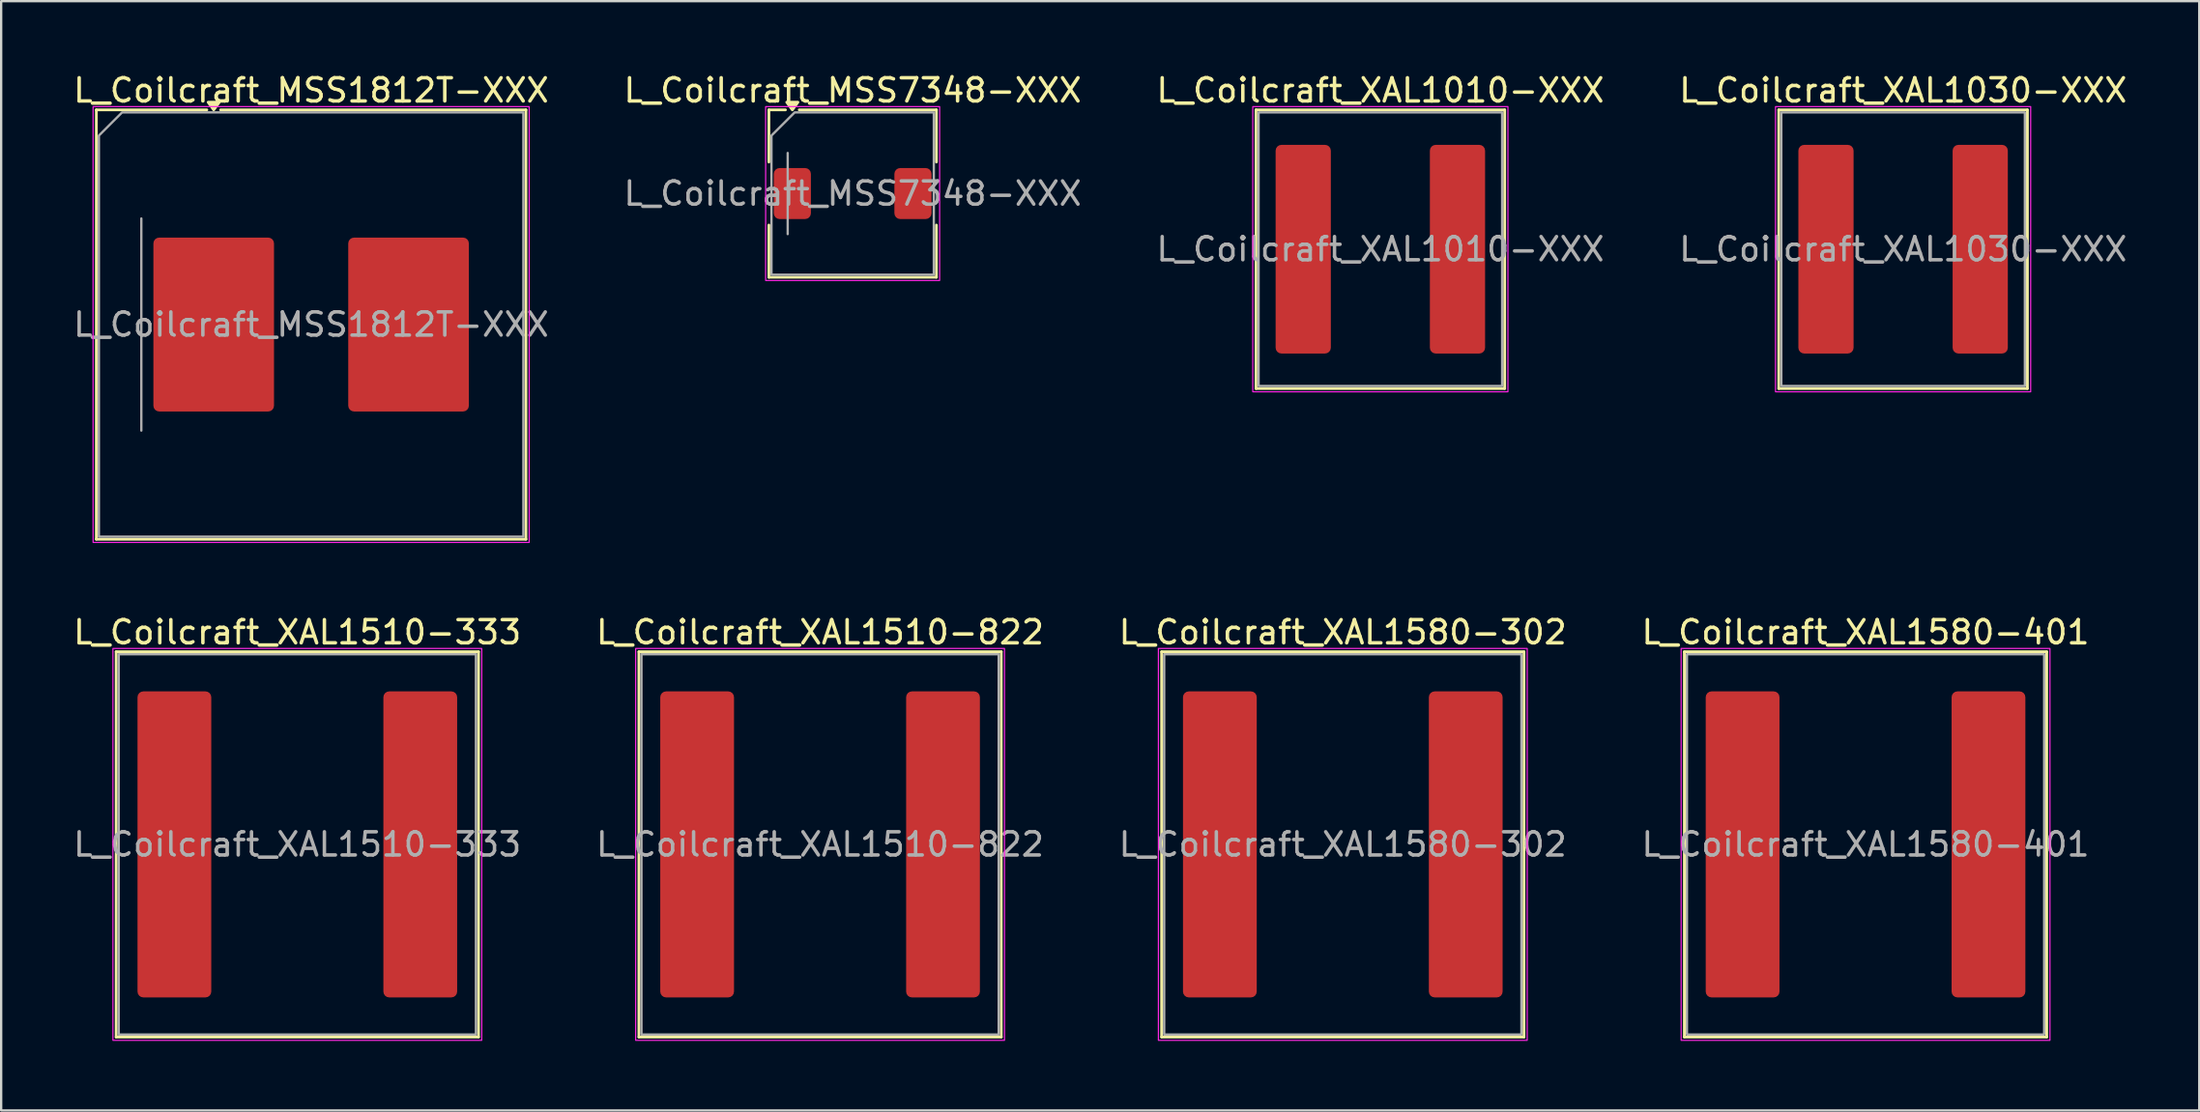
<source format=kicad_pcb>
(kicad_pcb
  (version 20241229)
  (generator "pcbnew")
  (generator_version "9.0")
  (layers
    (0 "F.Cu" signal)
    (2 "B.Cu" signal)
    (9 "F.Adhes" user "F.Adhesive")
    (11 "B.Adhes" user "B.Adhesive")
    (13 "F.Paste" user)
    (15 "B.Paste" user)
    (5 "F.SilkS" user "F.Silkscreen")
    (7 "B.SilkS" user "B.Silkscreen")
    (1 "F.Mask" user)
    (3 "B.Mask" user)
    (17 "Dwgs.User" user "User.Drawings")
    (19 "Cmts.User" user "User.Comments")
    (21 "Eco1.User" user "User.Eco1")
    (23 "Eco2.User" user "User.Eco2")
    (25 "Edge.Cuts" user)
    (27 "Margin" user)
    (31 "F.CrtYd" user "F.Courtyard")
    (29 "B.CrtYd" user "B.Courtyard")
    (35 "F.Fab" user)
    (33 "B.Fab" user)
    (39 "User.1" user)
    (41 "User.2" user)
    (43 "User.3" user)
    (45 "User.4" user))
  (footprint "L_Coilcraft_XAL1510-822"
    (layer "F.Cu")
    (at 32.304 33.371)
    (property "Reference" "L_Coilcraft_XAL1510-822" (at 0 -9.15 0) (layer "F.SilkS") (effects (font (size 1 1) (thickness 0.15))))
    (attr smd)
    (fp_line (start -7.81 -8.31) (end 7.81 -8.31) (stroke (width 0.12) (type solid)) (layer "F.SilkS"))
    (fp_line (start -7.81 8.31) (end -7.81 -8.31) (stroke (width 0.12) (type solid)) (layer "F.SilkS"))
    (fp_line (start 7.81 -8.31) (end 7.81 8.31) (stroke (width 0.12) (type solid)) (layer "F.SilkS"))
    (fp_line (start 7.81 8.31) (end -7.81 8.31) (stroke (width 0.12) (type solid)) (layer "F.SilkS"))
    (fp_rect (start -7.95 -8.45) (end 7.95 8.45) (stroke (width 0.05) (type solid)) (fill no) (layer "F.CrtYd"))
    (fp_rect (start -7.7 -8.2) (end 7.7 8.2) (stroke (width 0.1) (type solid)) (fill no) (layer "F.Fab"))
    (fp_text user "${REFERENCE}" (at 0 0 0) (layer "F.Fab") (effects (font (size 1 1) (thickness 0.15))))
    (pad "1" smd roundrect (at -5.3 0) (size 3.18 13.2) (layers "F.Cu" "F.Mask" "F.Paste") (roundrect_rratio 0.079))
    (pad "2" smd roundrect (at 5.3 0) (size 3.18 13.2) (layers "F.Cu" "F.Mask" "F.Paste") (roundrect_rratio 0.079)))
  (footprint "L_Coilcraft_MSS7348-XXX"
    (layer "F.Cu")
    (at 33.708 5.298)
    (property "Reference" "L_Coilcraft_MSS7348-XXX" (at 0 -4.45 0) (layer "F.SilkS") (effects (font (size 1 1) (thickness 0.15))))
    (attr smd)
    (fp_line (start -3.61 -3.61) (end -2.897 -3.61) (stroke (width 0.12) (type solid)) (layer "F.SilkS"))
    (fp_line (start -3.61 -1.36) (end -3.61 -3.61) (stroke (width 0.12) (type solid)) (layer "F.SilkS"))
    (fp_line (start -3.61 3.61) (end -3.61 1.36) (stroke (width 0.12) (type solid)) (layer "F.SilkS"))
    (fp_line (start -2.303 -3.61) (end 3.61 -3.61) (stroke (width 0.12) (type solid)) (layer "F.SilkS"))
    (fp_line (start 3.61 -3.61) (end 3.61 -1.36) (stroke (width 0.12) (type solid)) (layer "F.SilkS"))
    (fp_line (start 3.61 1.36) (end 3.61 3.61) (stroke (width 0.12) (type solid)) (layer "F.SilkS"))
    (fp_line (start 3.61 3.61) (end -3.61 3.61) (stroke (width 0.12) (type solid)) (layer "F.SilkS"))
    (fp_poly (pts (xy -2.6 -3.61) (xy -2.84 -3.94) (xy -2.36 -3.94)) (stroke (width 0.12) (type solid)) (fill yes) (layer "F.SilkS"))
    (fp_rect (start -3.75 -3.75) (end 3.75 3.75) (stroke (width 0.05) (type solid)) (fill no) (layer "F.CrtYd"))
    (fp_line (start -2.8 1.75) (end -2.8 -1.75) (stroke (width 0.1) (type solid)) (layer "F.Fab"))
    (fp_poly (pts (xy -3.5 -2.5) (xy -3.5 3.5) (xy 3.5 3.5) (xy 3.5 -3.5) (xy -2.5 -3.5)) (stroke (width 0.1) (type solid)) (fill no) (layer "F.Fab"))
    (fp_text user "${REFERENCE}" (at 0 0 0) (layer "F.Fab") (effects (font (size 1 1) (thickness 0.15))))
    (pad "1" smd roundrect (at -2.6 0) (size 1.6 2.2) (layers "F.Cu" "F.Mask" "F.Paste") (roundrect_rratio 0.156))
    (pad "2" smd roundrect (at 2.6 0) (size 1.6 2.2) (layers "F.Cu" "F.Mask" "F.Paste") (roundrect_rratio 0.156)))
  (footprint "L_Coilcraft_XAL1580-302"
    (layer "F.Cu")
    (at 54.839 33.371)
    (property "Reference" "L_Coilcraft_XAL1580-302" (at 0 -9.15 0) (layer "F.SilkS") (effects (font (size 1 1) (thickness 0.15))))
    (attr smd)
    (fp_line (start -7.81 -8.31) (end 7.81 -8.31) (stroke (width 0.12) (type solid)) (layer "F.SilkS"))
    (fp_line (start -7.81 8.31) (end -7.81 -8.31) (stroke (width 0.12) (type solid)) (layer "F.SilkS"))
    (fp_line (start 7.81 -8.31) (end 7.81 8.31) (stroke (width 0.12) (type solid)) (layer "F.SilkS"))
    (fp_line (start 7.81 8.31) (end -7.81 8.31) (stroke (width 0.12) (type solid)) (layer "F.SilkS"))
    (fp_rect (start -7.95 -8.45) (end 7.95 8.45) (stroke (width 0.05) (type solid)) (fill no) (layer "F.CrtYd"))
    (fp_rect (start -7.7 -8.2) (end 7.7 8.2) (stroke (width 0.1) (type solid)) (fill no) (layer "F.Fab"))
    (fp_text user "${REFERENCE}" (at 0 0 0) (layer "F.Fab") (effects (font (size 1 1) (thickness 0.15))))
    (pad "1" smd roundrect (at -5.3 0) (size 3.18 13.2) (layers "F.Cu" "F.Mask" "F.Paste") (roundrect_rratio 0.079))
    (pad "2" smd roundrect (at 5.3 0) (size 3.18 13.2) (layers "F.Cu" "F.Mask" "F.Paste") (roundrect_rratio 0.079)))
  (footprint "L_Coilcraft_XAL1580-401"
    (layer "F.Cu")
    (at 77.375 33.371)
    (property "Reference" "L_Coilcraft_XAL1580-401" (at 0 -9.15 0) (layer "F.SilkS") (effects (font (size 1 1) (thickness 0.15))))
    (attr smd)
    (fp_line (start -7.81 -8.31) (end 7.81 -8.31) (stroke (width 0.12) (type solid)) (layer "F.SilkS"))
    (fp_line (start -7.81 8.31) (end -7.81 -8.31) (stroke (width 0.12) (type solid)) (layer "F.SilkS"))
    (fp_line (start 7.81 -8.31) (end 7.81 8.31) (stroke (width 0.12) (type solid)) (layer "F.SilkS"))
    (fp_line (start 7.81 8.31) (end -7.81 8.31) (stroke (width 0.12) (type solid)) (layer "F.SilkS"))
    (fp_rect (start -7.95 -8.45) (end 7.95 8.45) (stroke (width 0.05) (type solid)) (fill no) (layer "F.CrtYd"))
    (fp_rect (start -7.7 -8.2) (end 7.7 8.2) (stroke (width 0.1) (type solid)) (fill no) (layer "F.Fab"))
    (fp_text user "${REFERENCE}" (at 0 0 0) (layer "F.Fab") (effects (font (size 1 1) (thickness 0.15))))
    (pad "1" smd roundrect (at -5.3 0) (size 3.18 13.2) (layers "F.Cu" "F.Mask" "F.Paste") (roundrect_rratio 0.079))
    (pad "2" smd roundrect (at 5.3 0) (size 3.18 13.2) (layers "F.Cu" "F.Mask" "F.Paste") (roundrect_rratio 0.079)))
  (footprint "L_Coilcraft_MSS1812T-XXX"
    (layer "F.Cu")
    (at 10.363 10.948)
    (property "Reference" "L_Coilcraft_MSS1812T-XXX" (at 0 -10.1 0) (layer "F.SilkS") (effects (font (size 1 1) (thickness 0.15))))
    (attr smd)
    (fp_line (start -9.26 -9.26) (end -4.497 -9.26) (stroke (width 0.12) (type solid)) (layer "F.SilkS"))
    (fp_line (start -9.26 9.26) (end -9.26 -9.26) (stroke (width 0.12) (type solid)) (layer "F.SilkS"))
    (fp_line (start -3.903 -9.26) (end 9.26 -9.26) (stroke (width 0.12) (type solid)) (layer "F.SilkS"))
    (fp_line (start 9.26 -9.26) (end 9.26 9.26) (stroke (width 0.12) (type solid)) (layer "F.SilkS"))
    (fp_line (start 9.26 9.26) (end -9.26 9.26) (stroke (width 0.12) (type solid)) (layer "F.SilkS"))
    (fp_poly (pts (xy -4.2 -9.26) (xy -4.44 -9.59) (xy -3.96 -9.59)) (stroke (width 0.12) (type solid)) (fill yes) (layer "F.SilkS"))
    (fp_rect (start -9.4 -9.4) (end 9.4 9.4) (stroke (width 0.05) (type solid)) (fill no) (layer "F.CrtYd"))
    (fp_line (start -7.32 4.575) (end -7.32 -4.575) (stroke (width 0.1) (type solid)) (layer "F.Fab"))
    (fp_poly (pts (xy -9.15 -8.15) (xy -9.15 9.15) (xy 9.15 9.15) (xy 9.15 -9.15) (xy -8.15 -9.15)) (stroke (width 0.1) (type solid)) (fill no) (layer "F.Fab"))
    (fp_text user "${REFERENCE}" (at 0 0 0) (layer "F.Fab") (effects (font (size 1 1) (thickness 0.15))))
    (pad "1" smd roundrect (at -4.2 0) (size 5.2 7.5) (layers "F.Cu" "F.Mask" "F.Paste") (roundrect_rratio 0.048))
    (pad "2" smd roundrect (at 4.2 0) (size 5.2 7.5) (layers "F.Cu" "F.Mask" "F.Paste") (roundrect_rratio 0.048)))
  (footprint "L_Coilcraft_XAL1030-XXX"
    (layer "F.Cu")
    (at 78.994 7.698)
    (property "Reference" "L_Coilcraft_XAL1030-XXX" (at 0 -6.85 0) (layer "F.SilkS") (effects (font (size 1 1) (thickness 0.15))))
    (attr smd)
    (fp_line (start -5.36 -6.01) (end 5.36 -6.01) (stroke (width 0.12) (type solid)) (layer "F.SilkS"))
    (fp_line (start -5.36 6.01) (end -5.36 -6.01) (stroke (width 0.12) (type solid)) (layer "F.SilkS"))
    (fp_line (start 5.36 -6.01) (end 5.36 6.01) (stroke (width 0.12) (type solid)) (layer "F.SilkS"))
    (fp_line (start 5.36 6.01) (end -5.36 6.01) (stroke (width 0.12) (type solid)) (layer "F.SilkS"))
    (fp_rect (start -5.5 -6.15) (end 5.5 6.15) (stroke (width 0.05) (type solid)) (fill no) (layer "F.CrtYd"))
    (fp_rect (start -5.25 -5.9) (end 5.25 5.9) (stroke (width 0.1) (type solid)) (fill no) (layer "F.Fab"))
    (fp_text user "${REFERENCE}" (at 0 0 0) (layer "F.Fab") (effects (font (size 1 1) (thickness 0.15))))
    (pad "1" smd roundrect (at -3.325 0) (size 2.38 9) (layers "F.Cu" "F.Mask" "F.Paste") (roundrect_rratio 0.105))
    (pad "2" smd roundrect (at 3.325 0) (size 2.38 9) (layers "F.Cu" "F.Mask" "F.Paste") (roundrect_rratio 0.105)))
  (footprint "L_Coilcraft_XAL1510-333"
    (layer "F.Cu")
    (at 9.768 33.371)
    (property "Reference" "L_Coilcraft_XAL1510-333" (at 0 -9.15 0) (layer "F.SilkS") (effects (font (size 1 1) (thickness 0.15))))
    (attr smd)
    (fp_line (start -7.81 -8.31) (end 7.81 -8.31) (stroke (width 0.12) (type solid)) (layer "F.SilkS"))
    (fp_line (start -7.81 8.31) (end -7.81 -8.31) (stroke (width 0.12) (type solid)) (layer "F.SilkS"))
    (fp_line (start 7.81 -8.31) (end 7.81 8.31) (stroke (width 0.12) (type solid)) (layer "F.SilkS"))
    (fp_line (start 7.81 8.31) (end -7.81 8.31) (stroke (width 0.12) (type solid)) (layer "F.SilkS"))
    (fp_rect (start -7.95 -8.45) (end 7.95 8.45) (stroke (width 0.05) (type solid)) (fill no) (layer "F.CrtYd"))
    (fp_rect (start -7.7 -8.2) (end 7.7 8.2) (stroke (width 0.1) (type solid)) (fill no) (layer "F.Fab"))
    (fp_text user "${REFERENCE}" (at 0 0 0) (layer "F.Fab") (effects (font (size 1 1) (thickness 0.15))))
    (pad "1" smd roundrect (at -5.3 0) (size 3.18 13.2) (layers "F.Cu" "F.Mask" "F.Paste") (roundrect_rratio 0.079))
    (pad "2" smd roundrect (at 5.3 0) (size 3.18 13.2) (layers "F.Cu" "F.Mask" "F.Paste") (roundrect_rratio 0.079)))
  (footprint "L_Coilcraft_XAL1010-XXX"
    (layer "F.Cu")
    (at 56.458 7.698)
    (property "Reference" "L_Coilcraft_XAL1010-XXX" (at 0 -6.85 0) (layer "F.SilkS") (effects (font (size 1 1) (thickness 0.15))))
    (attr smd)
    (fp_line (start -5.36 -6.01) (end 5.36 -6.01) (stroke (width 0.12) (type solid)) (layer "F.SilkS"))
    (fp_line (start -5.36 6.01) (end -5.36 -6.01) (stroke (width 0.12) (type solid)) (layer "F.SilkS"))
    (fp_line (start 5.36 -6.01) (end 5.36 6.01) (stroke (width 0.12) (type solid)) (layer "F.SilkS"))
    (fp_line (start 5.36 6.01) (end -5.36 6.01) (stroke (width 0.12) (type solid)) (layer "F.SilkS"))
    (fp_rect (start -5.5 -6.15) (end 5.5 6.15) (stroke (width 0.05) (type solid)) (fill no) (layer "F.CrtYd"))
    (fp_rect (start -5.25 -5.9) (end 5.25 5.9) (stroke (width 0.1) (type solid)) (fill no) (layer "F.Fab"))
    (fp_text user "${REFERENCE}" (at 0 0 0) (layer "F.Fab") (effects (font (size 1 1) (thickness 0.15))))
    (pad "1" smd roundrect (at -3.325 0) (size 2.38 9) (layers "F.Cu" "F.Mask" "F.Paste") (roundrect_rratio 0.105))
    (pad "2" smd roundrect (at 3.325 0) (size 2.38 9) (layers "F.Cu" "F.Mask" "F.Paste") (roundrect_rratio 0.105)))
  (gr_rect
    (start -3 -3)
    (end 91.762 44.846)
    (stroke (width 0.1) (type default))
    (fill no)
    (layer "Edge.Cuts")))
</source>
